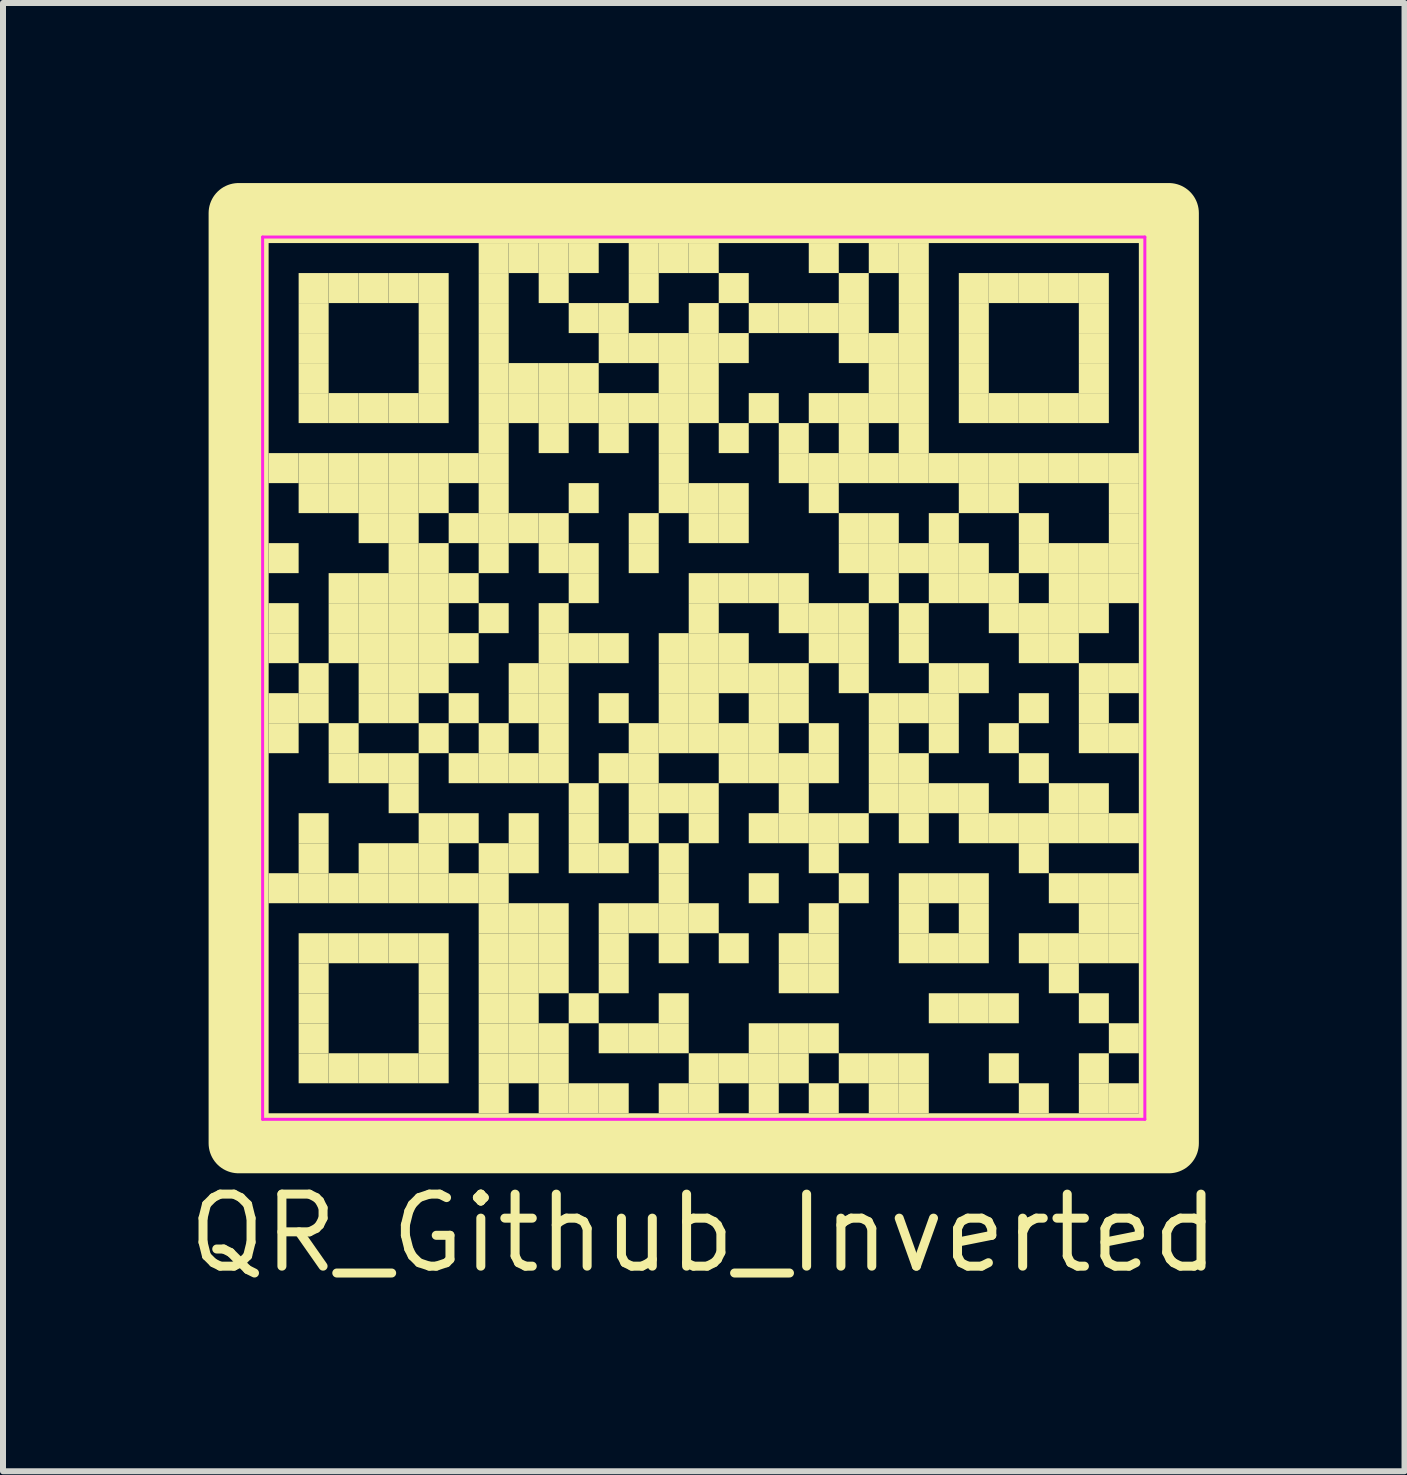
<source format=kicad_pcb>
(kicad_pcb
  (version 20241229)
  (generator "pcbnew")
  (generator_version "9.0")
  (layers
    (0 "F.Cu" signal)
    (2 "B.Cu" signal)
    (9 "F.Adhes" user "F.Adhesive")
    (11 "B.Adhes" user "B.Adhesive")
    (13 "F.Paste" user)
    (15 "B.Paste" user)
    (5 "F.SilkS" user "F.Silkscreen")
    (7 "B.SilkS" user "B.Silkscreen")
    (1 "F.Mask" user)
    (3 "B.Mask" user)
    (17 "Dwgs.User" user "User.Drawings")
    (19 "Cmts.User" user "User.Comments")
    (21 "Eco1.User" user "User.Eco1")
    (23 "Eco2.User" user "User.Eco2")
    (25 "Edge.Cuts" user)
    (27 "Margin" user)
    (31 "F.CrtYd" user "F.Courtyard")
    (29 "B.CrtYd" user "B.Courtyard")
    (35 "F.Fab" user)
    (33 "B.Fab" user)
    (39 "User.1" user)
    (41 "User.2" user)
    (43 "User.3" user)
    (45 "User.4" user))
  (footprint "QR_Github_Inverted"
    (layer "F.Cu")
    (at 8.676 8.25)
    (property "Reference" "QR_Github_Inverted" (at 0 9.25 0) (layer "F.SilkS") (effects (font (size 1.2 1.2) (thickness 0.15))))
    (fp_rect (start -7.75 -7.75) (end 7.75 7.75) (stroke (width 1) (type default)) (fill no) (layer "F.SilkS"))
    (fp_rect (start -7.25 -3.75) (end -6.75 -3.25) (stroke (width 0) (type default)) (fill yes) (layer "F.SilkS"))
    (fp_rect (start -7.25 -2.25) (end -6.75 -1.75) (stroke (width 0) (type default)) (fill yes) (layer "F.SilkS"))
    (fp_rect (start -7.25 -1.25) (end -6.75 -0.75) (stroke (width 0) (type default)) (fill yes) (layer "F.SilkS"))
    (fp_rect (start -7.25 -0.75) (end -6.75 -0.25) (stroke (width 0) (type default)) (fill yes) (layer "F.SilkS"))
    (fp_rect (start -7.25 0.25) (end -6.75 0.75) (stroke (width 0) (type default)) (fill yes) (layer "F.SilkS"))
    (fp_rect (start -7.25 0.75) (end -6.75 1.25) (stroke (width 0) (type default)) (fill yes) (layer "F.SilkS"))
    (fp_rect (start -7.25 3.25) (end -6.75 3.75) (stroke (width 0) (type default)) (fill yes) (layer "F.SilkS"))
    (fp_rect (start -6.75 -6.75) (end -6.25 -6.25) (stroke (width 0) (type default)) (fill yes) (layer "F.SilkS"))
    (fp_rect (start -6.75 -6.25) (end -6.25 -5.75) (stroke (width 0) (type default)) (fill yes) (layer "F.SilkS"))
    (fp_rect (start -6.75 -5.75) (end -6.25 -5.25) (stroke (width 0) (type default)) (fill yes) (layer "F.SilkS"))
    (fp_rect (start -6.75 -5.25) (end -6.25 -4.75) (stroke (width 0) (type default)) (fill yes) (layer "F.SilkS"))
    (fp_rect (start -6.75 -4.75) (end -6.25 -4.25) (stroke (width 0) (type default)) (fill yes) (layer "F.SilkS"))
    (fp_rect (start -6.75 -3.75) (end -6.25 -3.25) (stroke (width 0) (type default)) (fill yes) (layer "F.SilkS"))
    (fp_rect (start -6.75 -3.25) (end -6.25 -2.75) (stroke (width 0) (type default)) (fill yes) (layer "F.SilkS"))
    (fp_rect (start -6.75 -0.25) (end -6.25 0.25) (stroke (width 0) (type default)) (fill yes) (layer "F.SilkS"))
    (fp_rect (start -6.75 0.25) (end -6.25 0.75) (stroke (width 0) (type default)) (fill yes) (layer "F.SilkS"))
    (fp_rect (start -6.75 2.25) (end -6.25 2.75) (stroke (width 0) (type default)) (fill yes) (layer "F.SilkS"))
    (fp_rect (start -6.75 2.75) (end -6.25 3.25) (stroke (width 0) (type default)) (fill yes) (layer "F.SilkS"))
    (fp_rect (start -6.75 3.25) (end -6.25 3.75) (stroke (width 0) (type default)) (fill yes) (layer "F.SilkS"))
    (fp_rect (start -6.75 4.25) (end -6.25 4.75) (stroke (width 0) (type default)) (fill yes) (layer "F.SilkS"))
    (fp_rect (start -6.75 4.75) (end -6.25 5.25) (stroke (width 0) (type default)) (fill yes) (layer "F.SilkS"))
    (fp_rect (start -6.75 5.25) (end -6.25 5.75) (stroke (width 0) (type default)) (fill yes) (layer "F.SilkS"))
    (fp_rect (start -6.75 5.75) (end -6.25 6.25) (stroke (width 0) (type default)) (fill yes) (layer "F.SilkS"))
    (fp_rect (start -6.75 6.25) (end -6.25 6.75) (stroke (width 0) (type default)) (fill yes) (layer "F.SilkS"))
    (fp_rect (start -6.25 -6.75) (end -5.75 -6.25) (stroke (width 0) (type default)) (fill yes) (layer "F.SilkS"))
    (fp_rect (start -6.25 -4.75) (end -5.75 -4.25) (stroke (width 0) (type default)) (fill yes) (layer "F.SilkS"))
    (fp_rect (start -6.25 -3.75) (end -5.75 -3.25) (stroke (width 0) (type default)) (fill yes) (layer "F.SilkS"))
    (fp_rect (start -6.25 -3.25) (end -5.75 -2.75) (stroke (width 0) (type default)) (fill yes) (layer "F.SilkS"))
    (fp_rect (start -6.25 -1.75) (end -5.75 -1.25) (stroke (width 0) (type default)) (fill yes) (layer "F.SilkS"))
    (fp_rect (start -6.25 -1.25) (end -5.75 -0.75) (stroke (width 0) (type default)) (fill yes) (layer "F.SilkS"))
    (fp_rect (start -6.25 -0.75) (end -5.75 -0.25) (stroke (width 0) (type default)) (fill yes) (layer "F.SilkS"))
    (fp_rect (start -6.25 0.75) (end -5.75 1.25) (stroke (width 0) (type default)) (fill yes) (layer "F.SilkS"))
    (fp_rect (start -6.25 1.25) (end -5.75 1.75) (stroke (width 0) (type default)) (fill yes) (layer "F.SilkS"))
    (fp_rect (start -6.25 3.25) (end -5.75 3.75) (stroke (width 0) (type default)) (fill yes) (layer "F.SilkS"))
    (fp_rect (start -6.25 4.25) (end -5.75 4.75) (stroke (width 0) (type default)) (fill yes) (layer "F.SilkS"))
    (fp_rect (start -6.25 6.25) (end -5.75 6.75) (stroke (width 0) (type default)) (fill yes) (layer "F.SilkS"))
    (fp_rect (start -5.75 -6.75) (end -5.25 -6.25) (stroke (width 0) (type default)) (fill yes) (layer "F.SilkS"))
    (fp_rect (start -5.75 -4.75) (end -5.25 -4.25) (stroke (width 0) (type default)) (fill yes) (layer "F.SilkS"))
    (fp_rect (start -5.75 -3.75) (end -5.25 -3.25) (stroke (width 0) (type default)) (fill yes) (layer "F.SilkS"))
    (fp_rect (start -5.75 -3.25) (end -5.25 -2.75) (stroke (width 0) (type default)) (fill yes) (layer "F.SilkS"))
    (fp_rect (start -5.75 -2.75) (end -5.25 -2.25) (stroke (width 0) (type default)) (fill yes) (layer "F.SilkS"))
    (fp_rect (start -5.75 -1.75) (end -5.25 -1.25) (stroke (width 0) (type default)) (fill yes) (layer "F.SilkS"))
    (fp_rect (start -5.75 -1.25) (end -5.25 -0.75) (stroke (width 0) (type default)) (fill yes) (layer "F.SilkS"))
    (fp_rect (start -5.75 -0.75) (end -5.25 -0.25) (stroke (width 0) (type default)) (fill yes) (layer "F.SilkS"))
    (fp_rect (start -5.75 -0.25) (end -5.25 0.25) (stroke (width 0) (type default)) (fill yes) (layer "F.SilkS"))
    (fp_rect (start -5.75 0.25) (end -5.25 0.75) (stroke (width 0) (type default)) (fill yes) (layer "F.SilkS"))
    (fp_rect (start -5.75 1.25) (end -5.25 1.75) (stroke (width 0) (type default)) (fill yes) (layer "F.SilkS"))
    (fp_rect (start -5.75 2.75) (end -5.25 3.25) (stroke (width 0) (type default)) (fill yes) (layer "F.SilkS"))
    (fp_rect (start -5.75 3.25) (end -5.25 3.75) (stroke (width 0) (type default)) (fill yes) (layer "F.SilkS"))
    (fp_rect (start -5.75 4.25) (end -5.25 4.75) (stroke (width 0) (type default)) (fill yes) (layer "F.SilkS"))
    (fp_rect (start -5.75 6.25) (end -5.25 6.75) (stroke (width 0) (type default)) (fill yes) (layer "F.SilkS"))
    (fp_rect (start -5.25 -6.75) (end -4.75 -6.25) (stroke (width 0) (type default)) (fill yes) (layer "F.SilkS"))
    (fp_rect (start -5.25 -4.75) (end -4.75 -4.25) (stroke (width 0) (type default)) (fill yes) (layer "F.SilkS"))
    (fp_rect (start -5.25 -3.75) (end -4.75 -3.25) (stroke (width 0) (type default)) (fill yes) (layer "F.SilkS"))
    (fp_rect (start -5.25 -3.25) (end -4.75 -2.75) (stroke (width 0) (type default)) (fill yes) (layer "F.SilkS"))
    (fp_rect (start -5.25 -2.75) (end -4.75 -2.25) (stroke (width 0) (type default)) (fill yes) (layer "F.SilkS"))
    (fp_rect (start -5.25 -2.25) (end -4.75 -1.75) (stroke (width 0) (type default)) (fill yes) (layer "F.SilkS"))
    (fp_rect (start -5.25 -1.75) (end -4.75 -1.25) (stroke (width 0) (type default)) (fill yes) (layer "F.SilkS"))
    (fp_rect (start -5.25 -1.25) (end -4.75 -0.75) (stroke (width 0) (type default)) (fill yes) (layer "F.SilkS"))
    (fp_rect (start -5.25 -0.75) (end -4.75 -0.25) (stroke (width 0) (type default)) (fill yes) (layer "F.SilkS"))
    (fp_rect (start -5.25 -0.25) (end -4.75 0.25) (stroke (width 0) (type default)) (fill yes) (layer "F.SilkS"))
    (fp_rect (start -5.25 0.25) (end -4.75 0.75) (stroke (width 0) (type default)) (fill yes) (layer "F.SilkS"))
    (fp_rect (start -5.25 1.25) (end -4.75 1.75) (stroke (width 0) (type default)) (fill yes) (layer "F.SilkS"))
    (fp_rect (start -5.25 1.75) (end -4.75 2.25) (stroke (width 0) (type default)) (fill yes) (layer "F.SilkS"))
    (fp_rect (start -5.25 2.75) (end -4.75 3.25) (stroke (width 0) (type default)) (fill yes) (layer "F.SilkS"))
    (fp_rect (start -5.25 3.25) (end -4.75 3.75) (stroke (width 0) (type default)) (fill yes) (layer "F.SilkS"))
    (fp_rect (start -5.25 4.25) (end -4.75 4.75) (stroke (width 0) (type default)) (fill yes) (layer "F.SilkS"))
    (fp_rect (start -5.25 6.25) (end -4.75 6.75) (stroke (width 0) (type default)) (fill yes) (layer "F.SilkS"))
    (fp_rect (start -4.75 -6.75) (end -4.25 -6.25) (stroke (width 0) (type default)) (fill yes) (layer "F.SilkS"))
    (fp_rect (start -4.75 -6.25) (end -4.25 -5.75) (stroke (width 0) (type default)) (fill yes) (layer "F.SilkS"))
    (fp_rect (start -4.75 -5.75) (end -4.25 -5.25) (stroke (width 0) (type default)) (fill yes) (layer "F.SilkS"))
    (fp_rect (start -4.75 -5.25) (end -4.25 -4.75) (stroke (width 0) (type default)) (fill yes) (layer "F.SilkS"))
    (fp_rect (start -4.75 -4.75) (end -4.25 -4.25) (stroke (width 0) (type default)) (fill yes) (layer "F.SilkS"))
    (fp_rect (start -4.75 -3.75) (end -4.25 -3.25) (stroke (width 0) (type default)) (fill yes) (layer "F.SilkS"))
    (fp_rect (start -4.75 -3.25) (end -4.25 -2.75) (stroke (width 0) (type default)) (fill yes) (layer "F.SilkS"))
    (fp_rect (start -4.75 -2.25) (end -4.25 -1.75) (stroke (width 0) (type default)) (fill yes) (layer "F.SilkS"))
    (fp_rect (start -4.75 -1.75) (end -4.25 -1.25) (stroke (width 0) (type default)) (fill yes) (layer "F.SilkS"))
    (fp_rect (start -4.75 -1.25) (end -4.25 -0.75) (stroke (width 0) (type default)) (fill yes) (layer "F.SilkS"))
    (fp_rect (start -4.75 -0.75) (end -4.25 -0.25) (stroke (width 0) (type default)) (fill yes) (layer "F.SilkS"))
    (fp_rect (start -4.75 -0.25) (end -4.25 0.25) (stroke (width 0) (type default)) (fill yes) (layer "F.SilkS"))
    (fp_rect (start -4.75 0.75) (end -4.25 1.25) (stroke (width 0) (type default)) (fill yes) (layer "F.SilkS"))
    (fp_rect (start -4.75 2.25) (end -4.25 2.75) (stroke (width 0) (type default)) (fill yes) (layer "F.SilkS"))
    (fp_rect (start -4.75 2.75) (end -4.25 3.25) (stroke (width 0) (type default)) (fill yes) (layer "F.SilkS"))
    (fp_rect (start -4.75 3.25) (end -4.25 3.75) (stroke (width 0) (type default)) (fill yes) (layer "F.SilkS"))
    (fp_rect (start -4.75 4.25) (end -4.25 4.75) (stroke (width 0) (type default)) (fill yes) (layer "F.SilkS"))
    (fp_rect (start -4.75 4.75) (end -4.25 5.25) (stroke (width 0) (type default)) (fill yes) (layer "F.SilkS"))
    (fp_rect (start -4.75 5.25) (end -4.25 5.75) (stroke (width 0) (type default)) (fill yes) (layer "F.SilkS"))
    (fp_rect (start -4.75 5.75) (end -4.25 6.25) (stroke (width 0) (type default)) (fill yes) (layer "F.SilkS"))
    (fp_rect (start -4.75 6.25) (end -4.25 6.75) (stroke (width 0) (type default)) (fill yes) (layer "F.SilkS"))
    (fp_rect (start -4.25 -3.75) (end -3.75 -3.25) (stroke (width 0) (type default)) (fill yes) (layer "F.SilkS"))
    (fp_rect (start -4.25 -2.75) (end -3.75 -2.25) (stroke (width 0) (type default)) (fill yes) (layer "F.SilkS"))
    (fp_rect (start -4.25 -1.75) (end -3.75 -1.25) (stroke (width 0) (type default)) (fill yes) (layer "F.SilkS"))
    (fp_rect (start -4.25 -0.75) (end -3.75 -0.25) (stroke (width 0) (type default)) (fill yes) (layer "F.SilkS"))
    (fp_rect (start -4.25 0.25) (end -3.75 0.75) (stroke (width 0) (type default)) (fill yes) (layer "F.SilkS"))
    (fp_rect (start -4.25 1.25) (end -3.75 1.75) (stroke (width 0) (type default)) (fill yes) (layer "F.SilkS"))
    (fp_rect (start -4.25 2.25) (end -3.75 2.75) (stroke (width 0) (type default)) (fill yes) (layer "F.SilkS"))
    (fp_rect (start -4.25 3.25) (end -3.75 3.75) (stroke (width 0) (type default)) (fill yes) (layer "F.SilkS"))
    (fp_rect (start -3.75 -7.25) (end -3.25 -6.75) (stroke (width 0) (type default)) (fill yes) (layer "F.SilkS"))
    (fp_rect (start -3.75 -6.75) (end -3.25 -6.25) (stroke (width 0) (type default)) (fill yes) (layer "F.SilkS"))
    (fp_rect (start -3.75 -6.25) (end -3.25 -5.75) (stroke (width 0) (type default)) (fill yes) (layer "F.SilkS"))
    (fp_rect (start -3.75 -5.75) (end -3.25 -5.25) (stroke (width 0) (type default)) (fill yes) (layer "F.SilkS"))
    (fp_rect (start -3.75 -5.25) (end -3.25 -4.75) (stroke (width 0) (type default)) (fill yes) (layer "F.SilkS"))
    (fp_rect (start -3.75 -4.75) (end -3.25 -4.25) (stroke (width 0) (type default)) (fill yes) (layer "F.SilkS"))
    (fp_rect (start -3.75 -4.25) (end -3.25 -3.75) (stroke (width 0) (type default)) (fill yes) (layer "F.SilkS"))
    (fp_rect (start -3.75 -3.75) (end -3.25 -3.25) (stroke (width 0) (type default)) (fill yes) (layer "F.SilkS"))
    (fp_rect (start -3.75 -3.25) (end -3.25 -2.75) (stroke (width 0) (type default)) (fill yes) (layer "F.SilkS"))
    (fp_rect (start -3.75 -2.75) (end -3.25 -2.25) (stroke (width 0) (type default)) (fill yes) (layer "F.SilkS"))
    (fp_rect (start -3.75 -2.25) (end -3.25 -1.75) (stroke (width 0) (type default)) (fill yes) (layer "F.SilkS"))
    (fp_rect (start -3.75 -1.25) (end -3.25 -0.75) (stroke (width 0) (type default)) (fill yes) (layer "F.SilkS"))
    (fp_rect (start -3.75 0.75) (end -3.25 1.25) (stroke (width 0) (type default)) (fill yes) (layer "F.SilkS"))
    (fp_rect (start -3.75 1.25) (end -3.25 1.75) (stroke (width 0) (type default)) (fill yes) (layer "F.SilkS"))
    (fp_rect (start -3.75 2.75) (end -3.25 3.25) (stroke (width 0) (type default)) (fill yes) (layer "F.SilkS"))
    (fp_rect (start -3.75 3.25) (end -3.25 3.75) (stroke (width 0) (type default)) (fill yes) (layer "F.SilkS"))
    (fp_rect (start -3.75 3.75) (end -3.25 4.25) (stroke (width 0) (type default)) (fill yes) (layer "F.SilkS"))
    (fp_rect (start -3.75 4.25) (end -3.25 4.75) (stroke (width 0) (type default)) (fill yes) (layer "F.SilkS"))
    (fp_rect (start -3.75 4.75) (end -3.25 5.25) (stroke (width 0) (type default)) (fill yes) (layer "F.SilkS"))
    (fp_rect (start -3.75 5.25) (end -3.25 5.75) (stroke (width 0) (type default)) (fill yes) (layer "F.SilkS"))
    (fp_rect (start -3.75 5.75) (end -3.25 6.25) (stroke (width 0) (type default)) (fill yes) (layer "F.SilkS"))
    (fp_rect (start -3.75 6.25) (end -3.25 6.75) (stroke (width 0) (type default)) (fill yes) (layer "F.SilkS"))
    (fp_rect (start -3.75 6.75) (end -3.25 7.25) (stroke (width 0) (type default)) (fill yes) (layer "F.SilkS"))
    (fp_rect (start -3.25 -7.25) (end -2.75 -6.75) (stroke (width 0) (type default)) (fill yes) (layer "F.SilkS"))
    (fp_rect (start -3.25 -5.25) (end -2.75 -4.75) (stroke (width 0) (type default)) (fill yes) (layer "F.SilkS"))
    (fp_rect (start -3.25 -4.75) (end -2.75 -4.25) (stroke (width 0) (type default)) (fill yes) (layer "F.SilkS"))
    (fp_rect (start -3.25 -2.75) (end -2.75 -2.25) (stroke (width 0) (type default)) (fill yes) (layer "F.SilkS"))
    (fp_rect (start -3.25 -0.25) (end -2.75 0.25) (stroke (width 0) (type default)) (fill yes) (layer "F.SilkS"))
    (fp_rect (start -3.25 0.25) (end -2.75 0.75) (stroke (width 0) (type default)) (fill yes) (layer "F.SilkS"))
    (fp_rect (start -3.25 1.25) (end -2.75 1.75) (stroke (width 0) (type default)) (fill yes) (layer "F.SilkS"))
    (fp_rect (start -3.25 2.25) (end -2.75 2.75) (stroke (width 0) (type default)) (fill yes) (layer "F.SilkS"))
    (fp_rect (start -3.25 2.75) (end -2.75 3.25) (stroke (width 0) (type default)) (fill yes) (layer "F.SilkS"))
    (fp_rect (start -3.25 3.75) (end -2.75 4.25) (stroke (width 0) (type default)) (fill yes) (layer "F.SilkS"))
    (fp_rect (start -3.25 4.25) (end -2.75 4.75) (stroke (width 0) (type default)) (fill yes) (layer "F.SilkS"))
    (fp_rect (start -3.25 4.75) (end -2.75 5.25) (stroke (width 0) (type default)) (fill yes) (layer "F.SilkS"))
    (fp_rect (start -3.25 5.25) (end -2.75 5.75) (stroke (width 0) (type default)) (fill yes) (layer "F.SilkS"))
    (fp_rect (start -3.25 5.75) (end -2.75 6.25) (stroke (width 0) (type default)) (fill yes) (layer "F.SilkS"))
    (fp_rect (start -3.25 6.25) (end -2.75 6.75) (stroke (width 0) (type default)) (fill yes) (layer "F.SilkS"))
    (fp_rect (start -2.75 -7.25) (end -2.25 -6.75) (stroke (width 0) (type default)) (fill yes) (layer "F.SilkS"))
    (fp_rect (start -2.75 -6.75) (end -2.25 -6.25) (stroke (width 0) (type default)) (fill yes) (layer "F.SilkS"))
    (fp_rect (start -2.75 -5.25) (end -2.25 -4.75) (stroke (width 0) (type default)) (fill yes) (layer "F.SilkS"))
    (fp_rect (start -2.75 -4.75) (end -2.25 -4.25) (stroke (width 0) (type default)) (fill yes) (layer "F.SilkS"))
    (fp_rect (start -2.75 -4.25) (end -2.25 -3.75) (stroke (width 0) (type default)) (fill yes) (layer "F.SilkS"))
    (fp_rect (start -2.75 -2.75) (end -2.25 -2.25) (stroke (width 0) (type default)) (fill yes) (layer "F.SilkS"))
    (fp_rect (start -2.75 -2.25) (end -2.25 -1.75) (stroke (width 0) (type default)) (fill yes) (layer "F.SilkS"))
    (fp_rect (start -2.75 -1.25) (end -2.25 -0.75) (stroke (width 0) (type default)) (fill yes) (layer "F.SilkS"))
    (fp_rect (start -2.75 -0.75) (end -2.25 -0.25) (stroke (width 0) (type default)) (fill yes) (layer "F.SilkS"))
    (fp_rect (start -2.75 -0.25) (end -2.25 0.25) (stroke (width 0) (type default)) (fill yes) (layer "F.SilkS"))
    (fp_rect (start -2.75 0.25) (end -2.25 0.75) (stroke (width 0) (type default)) (fill yes) (layer "F.SilkS"))
    (fp_rect (start -2.75 0.75) (end -2.25 1.25) (stroke (width 0) (type default)) (fill yes) (layer "F.SilkS"))
    (fp_rect (start -2.75 1.25) (end -2.25 1.75) (stroke (width 0) (type default)) (fill yes) (layer "F.SilkS"))
    (fp_rect (start -2.75 3.75) (end -2.25 4.25) (stroke (width 0) (type default)) (fill yes) (layer "F.SilkS"))
    (fp_rect (start -2.75 4.25) (end -2.25 4.75) (stroke (width 0) (type default)) (fill yes) (layer "F.SilkS"))
    (fp_rect (start -2.75 4.75) (end -2.25 5.25) (stroke (width 0) (type default)) (fill yes) (layer "F.SilkS"))
    (fp_rect (start -2.75 5.75) (end -2.25 6.25) (stroke (width 0) (type default)) (fill yes) (layer "F.SilkS"))
    (fp_rect (start -2.75 6.25) (end -2.25 6.75) (stroke (width 0) (type default)) (fill yes) (layer "F.SilkS"))
    (fp_rect (start -2.75 6.75) (end -2.25 7.25) (stroke (width 0) (type default)) (fill yes) (layer "F.SilkS"))
    (fp_rect (start -2.25 -7.25) (end -1.75 -6.75) (stroke (width 0) (type default)) (fill yes) (layer "F.SilkS"))
    (fp_rect (start -2.25 -6.25) (end -1.75 -5.75) (stroke (width 0) (type default)) (fill yes) (layer "F.SilkS"))
    (fp_rect (start -2.25 -5.25) (end -1.75 -4.75) (stroke (width 0) (type default)) (fill yes) (layer "F.SilkS"))
    (fp_rect (start -2.25 -4.75) (end -1.75 -4.25) (stroke (width 0) (type default)) (fill yes) (layer "F.SilkS"))
    (fp_rect (start -2.25 -3.25) (end -1.75 -2.75) (stroke (width 0) (type default)) (fill yes) (layer "F.SilkS"))
    (fp_rect (start -2.25 -2.25) (end -1.75 -1.75) (stroke (width 0) (type default)) (fill yes) (layer "F.SilkS"))
    (fp_rect (start -2.25 -1.75) (end -1.75 -1.25) (stroke (width 0) (type default)) (fill yes) (layer "F.SilkS"))
    (fp_rect (start -2.25 -0.75) (end -1.75 -0.25) (stroke (width 0) (type default)) (fill yes) (layer "F.SilkS"))
    (fp_rect (start -2.25 1.75) (end -1.75 2.25) (stroke (width 0) (type default)) (fill yes) (layer "F.SilkS"))
    (fp_rect (start -2.25 2.25) (end -1.75 2.75) (stroke (width 0) (type default)) (fill yes) (layer "F.SilkS"))
    (fp_rect (start -2.25 2.75) (end -1.75 3.25) (stroke (width 0) (type default)) (fill yes) (layer "F.SilkS"))
    (fp_rect (start -2.25 5.25) (end -1.75 5.75) (stroke (width 0) (type default)) (fill yes) (layer "F.SilkS"))
    (fp_rect (start -2.25 6.75) (end -1.75 7.25) (stroke (width 0) (type default)) (fill yes) (layer "F.SilkS"))
    (fp_rect (start -1.75 -6.25) (end -1.25 -5.75) (stroke (width 0) (type default)) (fill yes) (layer "F.SilkS"))
    (fp_rect (start -1.75 -5.75) (end -1.25 -5.25) (stroke (width 0) (type default)) (fill yes) (layer "F.SilkS"))
    (fp_rect (start -1.75 -4.75) (end -1.25 -4.25) (stroke (width 0) (type default)) (fill yes) (layer "F.SilkS"))
    (fp_rect (start -1.75 -4.25) (end -1.25 -3.75) (stroke (width 0) (type default)) (fill yes) (layer "F.SilkS"))
    (fp_rect (start -1.75 -0.75) (end -1.25 -0.25) (stroke (width 0) (type default)) (fill yes) (layer "F.SilkS"))
    (fp_rect (start -1.75 0.25) (end -1.25 0.75) (stroke (width 0) (type default)) (fill yes) (layer "F.SilkS"))
    (fp_rect (start -1.75 1.25) (end -1.25 1.75) (stroke (width 0) (type default)) (fill yes) (layer "F.SilkS"))
    (fp_rect (start -1.75 2.75) (end -1.25 3.25) (stroke (width 0) (type default)) (fill yes) (layer "F.SilkS"))
    (fp_rect (start -1.75 3.75) (end -1.25 4.25) (stroke (width 0) (type default)) (fill yes) (layer "F.SilkS"))
    (fp_rect (start -1.75 4.25) (end -1.25 4.75) (stroke (width 0) (type default)) (fill yes) (layer "F.SilkS"))
    (fp_rect (start -1.75 4.75) (end -1.25 5.25) (stroke (width 0) (type default)) (fill yes) (layer "F.SilkS"))
    (fp_rect (start -1.75 5.75) (end -1.25 6.25) (stroke (width 0) (type default)) (fill yes) (layer "F.SilkS"))
    (fp_rect (start -1.75 6.75) (end -1.25 7.25) (stroke (width 0) (type default)) (fill yes) (layer "F.SilkS"))
    (fp_rect (start -1.25 -7.25) (end -0.75 -6.75) (stroke (width 0) (type default)) (fill yes) (layer "F.SilkS"))
    (fp_rect (start -1.25 -6.75) (end -0.75 -6.25) (stroke (width 0) (type default)) (fill yes) (layer "F.SilkS"))
    (fp_rect (start -1.25 -5.75) (end -0.75 -5.25) (stroke (width 0) (type default)) (fill yes) (layer "F.SilkS"))
    (fp_rect (start -1.25 -4.75) (end -0.75 -4.25) (stroke (width 0) (type default)) (fill yes) (layer "F.SilkS"))
    (fp_rect (start -1.25 -2.75) (end -0.75 -2.25) (stroke (width 0) (type default)) (fill yes) (layer "F.SilkS"))
    (fp_rect (start -1.25 -2.25) (end -0.75 -1.75) (stroke (width 0) (type default)) (fill yes) (layer "F.SilkS"))
    (fp_rect (start -1.25 0.75) (end -0.75 1.25) (stroke (width 0) (type default)) (fill yes) (layer "F.SilkS"))
    (fp_rect (start -1.25 1.25) (end -0.75 1.75) (stroke (width 0) (type default)) (fill yes) (layer "F.SilkS"))
    (fp_rect (start -1.25 1.75) (end -0.75 2.25) (stroke (width 0) (type default)) (fill yes) (layer "F.SilkS"))
    (fp_rect (start -1.25 2.25) (end -0.75 2.75) (stroke (width 0) (type default)) (fill yes) (layer "F.SilkS"))
    (fp_rect (start -1.25 3.75) (end -0.75 4.25) (stroke (width 0) (type default)) (fill yes) (layer "F.SilkS"))
    (fp_rect (start -1.25 5.75) (end -0.75 6.25) (stroke (width 0) (type default)) (fill yes) (layer "F.SilkS"))
    (fp_rect (start -0.75 -7.25) (end -0.25 -6.75) (stroke (width 0) (type default)) (fill yes) (layer "F.SilkS"))
    (fp_rect (start -0.75 -5.75) (end -0.25 -5.25) (stroke (width 0) (type default)) (fill yes) (layer "F.SilkS"))
    (fp_rect (start -0.75 -5.25) (end -0.25 -4.75) (stroke (width 0) (type default)) (fill yes) (layer "F.SilkS"))
    (fp_rect (start -0.75 -4.75) (end -0.25 -4.25) (stroke (width 0) (type default)) (fill yes) (layer "F.SilkS"))
    (fp_rect (start -0.75 -4.25) (end -0.25 -3.75) (stroke (width 0) (type default)) (fill yes) (layer "F.SilkS"))
    (fp_rect (start -0.75 -3.75) (end -0.25 -3.25) (stroke (width 0) (type default)) (fill yes) (layer "F.SilkS"))
    (fp_rect (start -0.75 -3.25) (end -0.25 -2.75) (stroke (width 0) (type default)) (fill yes) (layer "F.SilkS"))
    (fp_rect (start -0.75 -0.75) (end -0.25 -0.25) (stroke (width 0) (type default)) (fill yes) (layer "F.SilkS"))
    (fp_rect (start -0.75 -0.25) (end -0.25 0.25) (stroke (width 0) (type default)) (fill yes) (layer "F.SilkS"))
    (fp_rect (start -0.75 0.25) (end -0.25 0.75) (stroke (width 0) (type default)) (fill yes) (layer "F.SilkS"))
    (fp_rect (start -0.75 0.75) (end -0.25 1.25) (stroke (width 0) (type default)) (fill yes) (layer "F.SilkS"))
    (fp_rect (start -0.75 1.75) (end -0.25 2.25) (stroke (width 0) (type default)) (fill yes) (layer "F.SilkS"))
    (fp_rect (start -0.75 2.75) (end -0.25 3.25) (stroke (width 0) (type default)) (fill yes) (layer "F.SilkS"))
    (fp_rect (start -0.75 3.25) (end -0.25 3.75) (stroke (width 0) (type default)) (fill yes) (layer "F.SilkS"))
    (fp_rect (start -0.75 3.75) (end -0.25 4.25) (stroke (width 0) (type default)) (fill yes) (layer "F.SilkS"))
    (fp_rect (start -0.75 4.25) (end -0.25 4.75) (stroke (width 0) (type default)) (fill yes) (layer "F.SilkS"))
    (fp_rect (start -0.75 5.25) (end -0.25 5.75) (stroke (width 0) (type default)) (fill yes) (layer "F.SilkS"))
    (fp_rect (start -0.75 5.75) (end -0.25 6.25) (stroke (width 0) (type default)) (fill yes) (layer "F.SilkS"))
    (fp_rect (start -0.75 6.75) (end -0.25 7.25) (stroke (width 0) (type default)) (fill yes) (layer "F.SilkS"))
    (fp_rect (start -0.25 -7.25) (end 0.25 -6.75) (stroke (width 0) (type default)) (fill yes) (layer "F.SilkS"))
    (fp_rect (start -0.25 -6.25) (end 0.25 -5.75) (stroke (width 0) (type default)) (fill yes) (layer "F.SilkS"))
    (fp_rect (start -0.25 -5.75) (end 0.25 -5.25) (stroke (width 0) (type default)) (fill yes) (layer "F.SilkS"))
    (fp_rect (start -0.25 -5.25) (end 0.25 -4.75) (stroke (width 0) (type default)) (fill yes) (layer "F.SilkS"))
    (fp_rect (start -0.25 -4.75) (end 0.25 -4.25) (stroke (width 0) (type default)) (fill yes) (layer "F.SilkS"))
    (fp_rect (start -0.25 -3.25) (end 0.25 -2.75) (stroke (width 0) (type default)) (fill yes) (layer "F.SilkS"))
    (fp_rect (start -0.25 -2.75) (end 0.25 -2.25) (stroke (width 0) (type default)) (fill yes) (layer "F.SilkS"))
    (fp_rect (start -0.25 -1.75) (end 0.25 -1.25) (stroke (width 0) (type default)) (fill yes) (layer "F.SilkS"))
    (fp_rect (start -0.25 -1.25) (end 0.25 -0.75) (stroke (width 0) (type default)) (fill yes) (layer "F.SilkS"))
    (fp_rect (start -0.25 -0.75) (end 0.25 -0.25) (stroke (width 0) (type default)) (fill yes) (layer "F.SilkS"))
    (fp_rect (start -0.25 -0.25) (end 0.25 0.25) (stroke (width 0) (type default)) (fill yes) (layer "F.SilkS"))
    (fp_rect (start -0.25 0.25) (end 0.25 0.75) (stroke (width 0) (type default)) (fill yes) (layer "F.SilkS"))
    (fp_rect (start -0.25 0.75) (end 0.25 1.25) (stroke (width 0) (type default)) (fill yes) (layer "F.SilkS"))
    (fp_rect (start -0.25 1.75) (end 0.25 2.25) (stroke (width 0) (type default)) (fill yes) (layer "F.SilkS"))
    (fp_rect (start -0.25 2.25) (end 0.25 2.75) (stroke (width 0) (type default)) (fill yes) (layer "F.SilkS"))
    (fp_rect (start -0.25 3.75) (end 0.25 4.25) (stroke (width 0) (type default)) (fill yes) (layer "F.SilkS"))
    (fp_rect (start -0.25 6.25) (end 0.25 6.75) (stroke (width 0) (type default)) (fill yes) (layer "F.SilkS"))
    (fp_rect (start -0.25 6.75) (end 0.25 7.25) (stroke (width 0) (type default)) (fill yes) (layer "F.SilkS"))
    (fp_rect (start 0.25 -6.75) (end 0.75 -6.25) (stroke (width 0) (type default)) (fill yes) (layer "F.SilkS"))
    (fp_rect (start 0.25 -5.75) (end 0.75 -5.25) (stroke (width 0) (type default)) (fill yes) (layer "F.SilkS"))
    (fp_rect (start 0.25 -4.25) (end 0.75 -3.75) (stroke (width 0) (type default)) (fill yes) (layer "F.SilkS"))
    (fp_rect (start 0.25 -3.25) (end 0.75 -2.75) (stroke (width 0) (type default)) (fill yes) (layer "F.SilkS"))
    (fp_rect (start 0.25 -2.75) (end 0.75 -2.25) (stroke (width 0) (type default)) (fill yes) (layer "F.SilkS"))
    (fp_rect (start 0.25 -1.75) (end 0.75 -1.25) (stroke (width 0) (type default)) (fill yes) (layer "F.SilkS"))
    (fp_rect (start 0.25 -0.75) (end 0.75 -0.25) (stroke (width 0) (type default)) (fill yes) (layer "F.SilkS"))
    (fp_rect (start 0.25 -0.25) (end 0.75 0.25) (stroke (width 0) (type default)) (fill yes) (layer "F.SilkS"))
    (fp_rect (start 0.25 0.75) (end 0.75 1.25) (stroke (width 0) (type default)) (fill yes) (layer "F.SilkS"))
    (fp_rect (start 0.25 1.25) (end 0.75 1.75) (stroke (width 0) (type default)) (fill yes) (layer "F.SilkS"))
    (fp_rect (start 0.25 4.25) (end 0.75 4.75) (stroke (width 0) (type default)) (fill yes) (layer "F.SilkS"))
    (fp_rect (start 0.25 6.25) (end 0.75 6.75) (stroke (width 0) (type default)) (fill yes) (layer "F.SilkS"))
    (fp_rect (start 0.75 -6.25) (end 1.25 -5.75) (stroke (width 0) (type default)) (fill yes) (layer "F.SilkS"))
    (fp_rect (start 0.75 -4.75) (end 1.25 -4.25) (stroke (width 0) (type default)) (fill yes) (layer "F.SilkS"))
    (fp_rect (start 0.75 -1.75) (end 1.25 -1.25) (stroke (width 0) (type default)) (fill yes) (layer "F.SilkS"))
    (fp_rect (start 0.75 -0.25) (end 1.25 0.25) (stroke (width 0) (type default)) (fill yes) (layer "F.SilkS"))
    (fp_rect (start 0.75 0.25) (end 1.25 0.75) (stroke (width 0) (type default)) (fill yes) (layer "F.SilkS"))
    (fp_rect (start 0.75 0.75) (end 1.25 1.25) (stroke (width 0) (type default)) (fill yes) (layer "F.SilkS"))
    (fp_rect (start 0.75 1.25) (end 1.25 1.75) (stroke (width 0) (type default)) (fill yes) (layer "F.SilkS"))
    (fp_rect (start 0.75 2.25) (end 1.25 2.75) (stroke (width 0) (type default)) (fill yes) (layer "F.SilkS"))
    (fp_rect (start 0.75 3.25) (end 1.25 3.75) (stroke (width 0) (type default)) (fill yes) (layer "F.SilkS"))
    (fp_rect (start 0.75 5.75) (end 1.25 6.25) (stroke (width 0) (type default)) (fill yes) (layer "F.SilkS"))
    (fp_rect (start 0.75 6.25) (end 1.25 6.75) (stroke (width 0) (type default)) (fill yes) (layer "F.SilkS"))
    (fp_rect (start 0.75 6.75) (end 1.25 7.25) (stroke (width 0) (type default)) (fill yes) (layer "F.SilkS"))
    (fp_rect (start 1.25 -6.25) (end 1.75 -5.75) (stroke (width 0) (type default)) (fill yes) (layer "F.SilkS"))
    (fp_rect (start 1.25 -4.25) (end 1.75 -3.75) (stroke (width 0) (type default)) (fill yes) (layer "F.SilkS"))
    (fp_rect (start 1.25 -3.75) (end 1.75 -3.25) (stroke (width 0) (type default)) (fill yes) (layer "F.SilkS"))
    (fp_rect (start 1.25 -1.75) (end 1.75 -1.25) (stroke (width 0) (type default)) (fill yes) (layer "F.SilkS"))
    (fp_rect (start 1.25 -1.25) (end 1.75 -0.75) (stroke (width 0) (type default)) (fill yes) (layer "F.SilkS"))
    (fp_rect (start 1.25 -0.25) (end 1.75 0.25) (stroke (width 0) (type default)) (fill yes) (layer "F.SilkS"))
    (fp_rect (start 1.25 0.25) (end 1.75 0.75) (stroke (width 0) (type default)) (fill yes) (layer "F.SilkS"))
    (fp_rect (start 1.25 1.25) (end 1.75 1.75) (stroke (width 0) (type default)) (fill yes) (layer "F.SilkS"))
    (fp_rect (start 1.25 1.75) (end 1.75 2.25) (stroke (width 0) (type default)) (fill yes) (layer "F.SilkS"))
    (fp_rect (start 1.25 2.25) (end 1.75 2.75) (stroke (width 0) (type default)) (fill yes) (layer "F.SilkS"))
    (fp_rect (start 1.25 4.25) (end 1.75 4.75) (stroke (width 0) (type default)) (fill yes) (layer "F.SilkS"))
    (fp_rect (start 1.25 4.75) (end 1.75 5.25) (stroke (width 0) (type default)) (fill yes) (layer "F.SilkS"))
    (fp_rect (start 1.25 5.75) (end 1.75 6.25) (stroke (width 0) (type default)) (fill yes) (layer "F.SilkS"))
    (fp_rect (start 1.25 6.25) (end 1.75 6.75) (stroke (width 0) (type default)) (fill yes) (layer "F.SilkS"))
    (fp_rect (start 1.75 -7.25) (end 2.25 -6.75) (stroke (width 0) (type default)) (fill yes) (layer "F.SilkS"))
    (fp_rect (start 1.75 -6.25) (end 2.25 -5.75) (stroke (width 0) (type default)) (fill yes) (layer "F.SilkS"))
    (fp_rect (start 1.75 -4.75) (end 2.25 -4.25) (stroke (width 0) (type default)) (fill yes) (layer "F.SilkS"))
    (fp_rect (start 1.75 -3.75) (end 2.25 -3.25) (stroke (width 0) (type default)) (fill yes) (layer "F.SilkS"))
    (fp_rect (start 1.75 -3.25) (end 2.25 -2.75) (stroke (width 0) (type default)) (fill yes) (layer "F.SilkS"))
    (fp_rect (start 1.75 -1.25) (end 2.25 -0.75) (stroke (width 0) (type default)) (fill yes) (layer "F.SilkS"))
    (fp_rect (start 1.75 -0.75) (end 2.25 -0.25) (stroke (width 0) (type default)) (fill yes) (layer "F.SilkS"))
    (fp_rect (start 1.75 0.75) (end 2.25 1.25) (stroke (width 0) (type default)) (fill yes) (layer "F.SilkS"))
    (fp_rect (start 1.75 1.25) (end 2.25 1.75) (stroke (width 0) (type default)) (fill yes) (layer "F.SilkS"))
    (fp_rect (start 1.75 2.25) (end 2.25 2.75) (stroke (width 0) (type default)) (fill yes) (layer "F.SilkS"))
    (fp_rect (start 1.75 2.75) (end 2.25 3.25) (stroke (width 0) (type default)) (fill yes) (layer "F.SilkS"))
    (fp_rect (start 1.75 3.75) (end 2.25 4.25) (stroke (width 0) (type default)) (fill yes) (layer "F.SilkS"))
    (fp_rect (start 1.75 4.25) (end 2.25 4.75) (stroke (width 0) (type default)) (fill yes) (layer "F.SilkS"))
    (fp_rect (start 1.75 4.75) (end 2.25 5.25) (stroke (width 0) (type default)) (fill yes) (layer "F.SilkS"))
    (fp_rect (start 1.75 5.75) (end 2.25 6.25) (stroke (width 0) (type default)) (fill yes) (layer "F.SilkS"))
    (fp_rect (start 1.75 6.75) (end 2.25 7.25) (stroke (width 0) (type default)) (fill yes) (layer "F.SilkS"))
    (fp_rect (start 2.25 -6.75) (end 2.75 -6.25) (stroke (width 0) (type default)) (fill yes) (layer "F.SilkS"))
    (fp_rect (start 2.25 -6.25) (end 2.75 -5.75) (stroke (width 0) (type default)) (fill yes) (layer "F.SilkS"))
    (fp_rect (start 2.25 -5.75) (end 2.75 -5.25) (stroke (width 0) (type default)) (fill yes) (layer "F.SilkS"))
    (fp_rect (start 2.25 -4.75) (end 2.75 -4.25) (stroke (width 0) (type default)) (fill yes) (layer "F.SilkS"))
    (fp_rect (start 2.25 -4.25) (end 2.75 -3.75) (stroke (width 0) (type default)) (fill yes) (layer "F.SilkS"))
    (fp_rect (start 2.25 -3.75) (end 2.75 -3.25) (stroke (width 0) (type default)) (fill yes) (layer "F.SilkS"))
    (fp_rect (start 2.25 -2.75) (end 2.75 -2.25) (stroke (width 0) (type default)) (fill yes) (layer "F.SilkS"))
    (fp_rect (start 2.25 -2.25) (end 2.75 -1.75) (stroke (width 0) (type default)) (fill yes) (layer "F.SilkS"))
    (fp_rect (start 2.25 -1.25) (end 2.75 -0.75) (stroke (width 0) (type default)) (fill yes) (layer "F.SilkS"))
    (fp_rect (start 2.25 -0.75) (end 2.75 -0.25) (stroke (width 0) (type default)) (fill yes) (layer "F.SilkS"))
    (fp_rect (start 2.25 -0.25) (end 2.75 0.25) (stroke (width 0) (type default)) (fill yes) (layer "F.SilkS"))
    (fp_rect (start 2.25 2.25) (end 2.75 2.75) (stroke (width 0) (type default)) (fill yes) (layer "F.SilkS"))
    (fp_rect (start 2.25 3.25) (end 2.75 3.75) (stroke (width 0) (type default)) (fill yes) (layer "F.SilkS"))
    (fp_rect (start 2.25 6.25) (end 2.75 6.75) (stroke (width 0) (type default)) (fill yes) (layer "F.SilkS"))
    (fp_rect (start 2.75 -7.25) (end 3.25 -6.75) (stroke (width 0) (type default)) (fill yes) (layer "F.SilkS"))
    (fp_rect (start 2.75 -5.75) (end 3.25 -5.25) (stroke (width 0) (type default)) (fill yes) (layer "F.SilkS"))
    (fp_rect (start 2.75 -5.25) (end 3.25 -4.75) (stroke (width 0) (type default)) (fill yes) (layer "F.SilkS"))
    (fp_rect (start 2.75 -4.75) (end 3.25 -4.25) (stroke (width 0) (type default)) (fill yes) (layer "F.SilkS"))
    (fp_rect (start 2.75 -3.75) (end 3.25 -3.25) (stroke (width 0) (type default)) (fill yes) (layer "F.SilkS"))
    (fp_rect (start 2.75 -2.75) (end 3.25 -2.25) (stroke (width 0) (type default)) (fill yes) (layer "F.SilkS"))
    (fp_rect (start 2.75 -2.25) (end 3.25 -1.75) (stroke (width 0) (type default)) (fill yes) (layer "F.SilkS"))
    (fp_rect (start 2.75 -1.75) (end 3.25 -1.25) (stroke (width 0) (type default)) (fill yes) (layer "F.SilkS"))
    (fp_rect (start 2.75 0.25) (end 3.25 0.75) (stroke (width 0) (type default)) (fill yes) (layer "F.SilkS"))
    (fp_rect (start 2.75 0.75) (end 3.25 1.25) (stroke (width 0) (type default)) (fill yes) (layer "F.SilkS"))
    (fp_rect (start 2.75 1.25) (end 3.25 1.75) (stroke (width 0) (type default)) (fill yes) (layer "F.SilkS"))
    (fp_rect (start 2.75 1.75) (end 3.25 2.25) (stroke (width 0) (type default)) (fill yes) (layer "F.SilkS"))
    (fp_rect (start 2.75 6.25) (end 3.25 6.75) (stroke (width 0) (type default)) (fill yes) (layer "F.SilkS"))
    (fp_rect (start 2.75 6.75) (end 3.25 7.25) (stroke (width 0) (type default)) (fill yes) (layer "F.SilkS"))
    (fp_rect (start 3.25 -7.25) (end 3.75 -6.75) (stroke (width 0) (type default)) (fill yes) (layer "F.SilkS"))
    (fp_rect (start 3.25 -6.75) (end 3.75 -6.25) (stroke (width 0) (type default)) (fill yes) (layer "F.SilkS"))
    (fp_rect (start 3.25 -6.25) (end 3.75 -5.75) (stroke (width 0) (type default)) (fill yes) (layer "F.SilkS"))
    (fp_rect (start 3.25 -5.75) (end 3.75 -5.25) (stroke (width 0) (type default)) (fill yes) (layer "F.SilkS"))
    (fp_rect (start 3.25 -5.25) (end 3.75 -4.75) (stroke (width 0) (type default)) (fill yes) (layer "F.SilkS"))
    (fp_rect (start 3.25 -4.75) (end 3.75 -4.25) (stroke (width 0) (type default)) (fill yes) (layer "F.SilkS"))
    (fp_rect (start 3.25 -4.25) (end 3.75 -3.75) (stroke (width 0) (type default)) (fill yes) (layer "F.SilkS"))
    (fp_rect (start 3.25 -3.75) (end 3.75 -3.25) (stroke (width 0) (type default)) (fill yes) (layer "F.SilkS"))
    (fp_rect (start 3.25 -2.25) (end 3.75 -1.75) (stroke (width 0) (type default)) (fill yes) (layer "F.SilkS"))
    (fp_rect (start 3.25 -1.25) (end 3.75 -0.75) (stroke (width 0) (type default)) (fill yes) (layer "F.SilkS"))
    (fp_rect (start 3.25 -0.75) (end 3.75 -0.25) (stroke (width 0) (type default)) (fill yes) (layer "F.SilkS"))
    (fp_rect (start 3.25 0.25) (end 3.75 0.75) (stroke (width 0) (type default)) (fill yes) (layer "F.SilkS"))
    (fp_rect (start 3.25 1.25) (end 3.75 1.75) (stroke (width 0) (type default)) (fill yes) (layer "F.SilkS"))
    (fp_rect (start 3.25 1.75) (end 3.75 2.25) (stroke (width 0) (type default)) (fill yes) (layer "F.SilkS"))
    (fp_rect (start 3.25 2.25) (end 3.75 2.75) (stroke (width 0) (type default)) (fill yes) (layer "F.SilkS"))
    (fp_rect (start 3.25 3.25) (end 3.75 3.75) (stroke (width 0) (type default)) (fill yes) (layer "F.SilkS"))
    (fp_rect (start 3.25 3.75) (end 3.75 4.25) (stroke (width 0) (type default)) (fill yes) (layer "F.SilkS"))
    (fp_rect (start 3.25 4.25) (end 3.75 4.75) (stroke (width 0) (type default)) (fill yes) (layer "F.SilkS"))
    (fp_rect (start 3.25 6.25) (end 3.75 6.75) (stroke (width 0) (type default)) (fill yes) (layer "F.SilkS"))
    (fp_rect (start 3.25 6.75) (end 3.75 7.25) (stroke (width 0) (type default)) (fill yes) (layer "F.SilkS"))
    (fp_rect (start 3.75 -3.75) (end 4.25 -3.25) (stroke (width 0) (type default)) (fill yes) (layer "F.SilkS"))
    (fp_rect (start 3.75 -2.75) (end 4.25 -2.25) (stroke (width 0) (type default)) (fill yes) (layer "F.SilkS"))
    (fp_rect (start 3.75 -2.25) (end 4.25 -1.75) (stroke (width 0) (type default)) (fill yes) (layer "F.SilkS"))
    (fp_rect (start 3.75 -1.75) (end 4.25 -1.25) (stroke (width 0) (type default)) (fill yes) (layer "F.SilkS"))
    (fp_rect (start 3.75 -0.25) (end 4.25 0.25) (stroke (width 0) (type default)) (fill yes) (layer "F.SilkS"))
    (fp_rect (start 3.75 0.25) (end 4.25 0.75) (stroke (width 0) (type default)) (fill yes) (layer "F.SilkS"))
    (fp_rect (start 3.75 0.75) (end 4.25 1.25) (stroke (width 0) (type default)) (fill yes) (layer "F.SilkS"))
    (fp_rect (start 3.75 1.75) (end 4.25 2.25) (stroke (width 0) (type default)) (fill yes) (layer "F.SilkS"))
    (fp_rect (start 3.75 3.25) (end 4.25 3.75) (stroke (width 0) (type default)) (fill yes) (layer "F.SilkS"))
    (fp_rect (start 3.75 4.25) (end 4.25 4.75) (stroke (width 0) (type default)) (fill yes) (layer "F.SilkS"))
    (fp_rect (start 3.75 5.25) (end 4.25 5.75) (stroke (width 0) (type default)) (fill yes) (layer "F.SilkS"))
    (fp_rect (start 4.25 -6.75) (end 4.75 -6.25) (stroke (width 0) (type default)) (fill yes) (layer "F.SilkS"))
    (fp_rect (start 4.25 -6.25) (end 4.75 -5.75) (stroke (width 0) (type default)) (fill yes) (layer "F.SilkS"))
    (fp_rect (start 4.25 -5.75) (end 4.75 -5.25) (stroke (width 0) (type default)) (fill yes) (layer "F.SilkS"))
    (fp_rect (start 4.25 -5.25) (end 4.75 -4.75) (stroke (width 0) (type default)) (fill yes) (layer "F.SilkS"))
    (fp_rect (start 4.25 -4.75) (end 4.75 -4.25) (stroke (width 0) (type default)) (fill yes) (layer "F.SilkS"))
    (fp_rect (start 4.25 -3.75) (end 4.75 -3.25) (stroke (width 0) (type default)) (fill yes) (layer "F.SilkS"))
    (fp_rect (start 4.25 -3.25) (end 4.75 -2.75) (stroke (width 0) (type default)) (fill yes) (layer "F.SilkS"))
    (fp_rect (start 4.25 -2.25) (end 4.75 -1.75) (stroke (width 0) (type default)) (fill yes) (layer "F.SilkS"))
    (fp_rect (start 4.25 -1.75) (end 4.75 -1.25) (stroke (width 0) (type default)) (fill yes) (layer "F.SilkS"))
    (fp_rect (start 4.25 -0.25) (end 4.75 0.25) (stroke (width 0) (type default)) (fill yes) (layer "F.SilkS"))
    (fp_rect (start 4.25 1.75) (end 4.75 2.25) (stroke (width 0) (type default)) (fill yes) (layer "F.SilkS"))
    (fp_rect (start 4.25 2.25) (end 4.75 2.75) (stroke (width 0) (type default)) (fill yes) (layer "F.SilkS"))
    (fp_rect (start 4.25 3.25) (end 4.75 3.75) (stroke (width 0) (type default)) (fill yes) (layer "F.SilkS"))
    (fp_rect (start 4.25 3.75) (end 4.75 4.25) (stroke (width 0) (type default)) (fill yes) (layer "F.SilkS"))
    (fp_rect (start 4.25 4.25) (end 4.75 4.75) (stroke (width 0) (type default)) (fill yes) (layer "F.SilkS"))
    (fp_rect (start 4.25 5.25) (end 4.75 5.75) (stroke (width 0) (type default)) (fill yes) (layer "F.SilkS"))
    (fp_rect (start 4.75 -6.75) (end 5.25 -6.25) (stroke (width 0) (type default)) (fill yes) (layer "F.SilkS"))
    (fp_rect (start 4.75 -4.75) (end 5.25 -4.25) (stroke (width 0) (type default)) (fill yes) (layer "F.SilkS"))
    (fp_rect (start 4.75 -3.75) (end 5.25 -3.25) (stroke (width 0) (type default)) (fill yes) (layer "F.SilkS"))
    (fp_rect (start 4.75 -3.25) (end 5.25 -2.75) (stroke (width 0) (type default)) (fill yes) (layer "F.SilkS"))
    (fp_rect (start 4.75 -1.75) (end 5.25 -1.25) (stroke (width 0) (type default)) (fill yes) (layer "F.SilkS"))
    (fp_rect (start 4.75 -1.25) (end 5.25 -0.75) (stroke (width 0) (type default)) (fill yes) (layer "F.SilkS"))
    (fp_rect (start 4.75 0.75) (end 5.25 1.25) (stroke (width 0) (type default)) (fill yes) (layer "F.SilkS"))
    (fp_rect (start 4.75 2.25) (end 5.25 2.75) (stroke (width 0) (type default)) (fill yes) (layer "F.SilkS"))
    (fp_rect (start 4.75 5.25) (end 5.25 5.75) (stroke (width 0) (type default)) (fill yes) (layer "F.SilkS"))
    (fp_rect (start 4.75 6.25) (end 5.25 6.75) (stroke (width 0) (type default)) (fill yes) (layer "F.SilkS"))
    (fp_rect (start 5.25 -6.75) (end 5.75 -6.25) (stroke (width 0) (type default)) (fill yes) (layer "F.SilkS"))
    (fp_rect (start 5.25 -4.75) (end 5.75 -4.25) (stroke (width 0) (type default)) (fill yes) (layer "F.SilkS"))
    (fp_rect (start 5.25 -3.75) (end 5.75 -3.25) (stroke (width 0) (type default)) (fill yes) (layer "F.SilkS"))
    (fp_rect (start 5.25 -2.75) (end 5.75 -2.25) (stroke (width 0) (type default)) (fill yes) (layer "F.SilkS"))
    (fp_rect (start 5.25 -2.25) (end 5.75 -1.75) (stroke (width 0) (type default)) (fill yes) (layer "F.SilkS"))
    (fp_rect (start 5.25 -1.25) (end 5.75 -0.75) (stroke (width 0) (type default)) (fill yes) (layer "F.SilkS"))
    (fp_rect (start 5.25 -0.75) (end 5.75 -0.25) (stroke (width 0) (type default)) (fill yes) (layer "F.SilkS"))
    (fp_rect (start 5.25 0.25) (end 5.75 0.75) (stroke (width 0) (type default)) (fill yes) (layer "F.SilkS"))
    (fp_rect (start 5.25 1.25) (end 5.75 1.75) (stroke (width 0) (type default)) (fill yes) (layer "F.SilkS"))
    (fp_rect (start 5.25 2.25) (end 5.75 2.75) (stroke (width 0) (type default)) (fill yes) (layer "F.SilkS"))
    (fp_rect (start 5.25 2.75) (end 5.75 3.25) (stroke (width 0) (type default)) (fill yes) (layer "F.SilkS"))
    (fp_rect (start 5.25 4.25) (end 5.75 4.75) (stroke (width 0) (type default)) (fill yes) (layer "F.SilkS"))
    (fp_rect (start 5.25 6.75) (end 5.75 7.25) (stroke (width 0) (type default)) (fill yes) (layer "F.SilkS"))
    (fp_rect (start 5.75 -6.75) (end 6.25 -6.25) (stroke (width 0) (type default)) (fill yes) (layer "F.SilkS"))
    (fp_rect (start 5.75 -4.75) (end 6.25 -4.25) (stroke (width 0) (type default)) (fill yes) (layer "F.SilkS"))
    (fp_rect (start 5.75 -3.75) (end 6.25 -3.25) (stroke (width 0) (type default)) (fill yes) (layer "F.SilkS"))
    (fp_rect (start 5.75 -2.25) (end 6.25 -1.75) (stroke (width 0) (type default)) (fill yes) (layer "F.SilkS"))
    (fp_rect (start 5.75 -1.75) (end 6.25 -1.25) (stroke (width 0) (type default)) (fill yes) (layer "F.SilkS"))
    (fp_rect (start 5.75 -1.25) (end 6.25 -0.75) (stroke (width 0) (type default)) (fill yes) (layer "F.SilkS"))
    (fp_rect (start 5.75 -0.75) (end 6.25 -0.25) (stroke (width 0) (type default)) (fill yes) (layer "F.SilkS"))
    (fp_rect (start 5.75 1.75) (end 6.25 2.25) (stroke (width 0) (type default)) (fill yes) (layer "F.SilkS"))
    (fp_rect (start 5.75 2.25) (end 6.25 2.75) (stroke (width 0) (type default)) (fill yes) (layer "F.SilkS"))
    (fp_rect (start 5.75 3.25) (end 6.25 3.75) (stroke (width 0) (type default)) (fill yes) (layer "F.SilkS"))
    (fp_rect (start 5.75 4.25) (end 6.25 4.75) (stroke (width 0) (type default)) (fill yes) (layer "F.SilkS"))
    (fp_rect (start 5.75 4.75) (end 6.25 5.25) (stroke (width 0) (type default)) (fill yes) (layer "F.SilkS"))
    (fp_rect (start 6.25 -6.75) (end 6.75 -6.25) (stroke (width 0) (type default)) (fill yes) (layer "F.SilkS"))
    (fp_rect (start 6.25 -6.25) (end 6.75 -5.75) (stroke (width 0) (type default)) (fill yes) (layer "F.SilkS"))
    (fp_rect (start 6.25 -5.75) (end 6.75 -5.25) (stroke (width 0) (type default)) (fill yes) (layer "F.SilkS"))
    (fp_rect (start 6.25 -5.25) (end 6.75 -4.75) (stroke (width 0) (type default)) (fill yes) (layer "F.SilkS"))
    (fp_rect (start 6.25 -4.75) (end 6.75 -4.25) (stroke (width 0) (type default)) (fill yes) (layer "F.SilkS"))
    (fp_rect (start 6.25 -3.75) (end 6.75 -3.25) (stroke (width 0) (type default)) (fill yes) (layer "F.SilkS"))
    (fp_rect (start 6.25 -2.25) (end 6.75 -1.75) (stroke (width 0) (type default)) (fill yes) (layer "F.SilkS"))
    (fp_rect (start 6.25 -1.75) (end 6.75 -1.25) (stroke (width 0) (type default)) (fill yes) (layer "F.SilkS"))
    (fp_rect (start 6.25 -1.25) (end 6.75 -0.75) (stroke (width 0) (type default)) (fill yes) (layer "F.SilkS"))
    (fp_rect (start 6.25 -0.25) (end 6.75 0.25) (stroke (width 0) (type default)) (fill yes) (layer "F.SilkS"))
    (fp_rect (start 6.25 0.25) (end 6.75 0.75) (stroke (width 0) (type default)) (fill yes) (layer "F.SilkS"))
    (fp_rect (start 6.25 0.75) (end 6.75 1.25) (stroke (width 0) (type default)) (fill yes) (layer "F.SilkS"))
    (fp_rect (start 6.25 1.75) (end 6.75 2.25) (stroke (width 0) (type default)) (fill yes) (layer "F.SilkS"))
    (fp_rect (start 6.25 2.25) (end 6.75 2.75) (stroke (width 0) (type default)) (fill yes) (layer "F.SilkS"))
    (fp_rect (start 6.25 3.25) (end 6.75 3.75) (stroke (width 0) (type default)) (fill yes) (layer "F.SilkS"))
    (fp_rect (start 6.25 3.75) (end 6.75 4.25) (stroke (width 0) (type default)) (fill yes) (layer "F.SilkS"))
    (fp_rect (start 6.25 4.25) (end 6.75 4.75) (stroke (width 0) (type default)) (fill yes) (layer "F.SilkS"))
    (fp_rect (start 6.25 5.25) (end 6.75 5.75) (stroke (width 0) (type default)) (fill yes) (layer "F.SilkS"))
    (fp_rect (start 6.25 6.25) (end 6.75 6.75) (stroke (width 0) (type default)) (fill yes) (layer "F.SilkS"))
    (fp_rect (start 6.25 6.75) (end 6.75 7.25) (stroke (width 0) (type default)) (fill yes) (layer "F.SilkS"))
    (fp_rect (start 6.75 -3.75) (end 7.25 -3.25) (stroke (width 0) (type default)) (fill yes) (layer "F.SilkS"))
    (fp_rect (start 6.75 -3.25) (end 7.25 -2.75) (stroke (width 0) (type default)) (fill yes) (layer "F.SilkS"))
    (fp_rect (start 6.75 -2.75) (end 7.25 -2.25) (stroke (width 0) (type default)) (fill yes) (layer "F.SilkS"))
    (fp_rect (start 6.75 -2.25) (end 7.25 -1.75) (stroke (width 0) (type default)) (fill yes) (layer "F.SilkS"))
    (fp_rect (start 6.75 -1.75) (end 7.25 -1.25) (stroke (width 0) (type default)) (fill yes) (layer "F.SilkS"))
    (fp_rect (start 6.75 -0.25) (end 7.25 0.25) (stroke (width 0) (type default)) (fill yes) (layer "F.SilkS"))
    (fp_rect (start 6.75 0.75) (end 7.25 1.25) (stroke (width 0) (type default)) (fill yes) (layer "F.SilkS"))
    (fp_rect (start 6.75 2.25) (end 7.25 2.75) (stroke (width 0) (type default)) (fill yes) (layer "F.SilkS"))
    (fp_rect (start 6.75 3.25) (end 7.25 3.75) (stroke (width 0) (type default)) (fill yes) (layer "F.SilkS"))
    (fp_rect (start 6.75 3.75) (end 7.25 4.25) (stroke (width 0) (type default)) (fill yes) (layer "F.SilkS"))
    (fp_rect (start 6.75 4.25) (end 7.25 4.75) (stroke (width 0) (type default)) (fill yes) (layer "F.SilkS"))
    (fp_rect (start 6.75 5.75) (end 7.25 6.25) (stroke (width 0) (type default)) (fill yes) (layer "F.SilkS"))
    (fp_rect (start 6.75 6.75) (end 7.25 7.25) (stroke (width 0) (type default)) (fill yes) (layer "F.SilkS"))
    (fp_line (start -7.35 -7.35) (end 7.35 -7.35) (stroke (width 0.05) (type default)) (layer "F.CrtYd"))
    (fp_line (start -7.35 7.35) (end -7.35 -7.35) (stroke (width 0.05) (type default)) (layer "F.CrtYd"))
    (fp_line (start 7.35 -7.35) (end 7.35 7.35) (stroke (width 0.05) (type default)) (layer "F.CrtYd"))
    (fp_line (start 7.35 7.35) (end -7.35 7.35) (stroke (width 0.05) (type default)) (layer "F.CrtYd")))
  (gr_rect
    (start -3 -3)
    (end 20.353 21.465)
    (stroke (width 0.1) (type default))
    (fill no)
    (layer "Edge.Cuts")))
</source>
